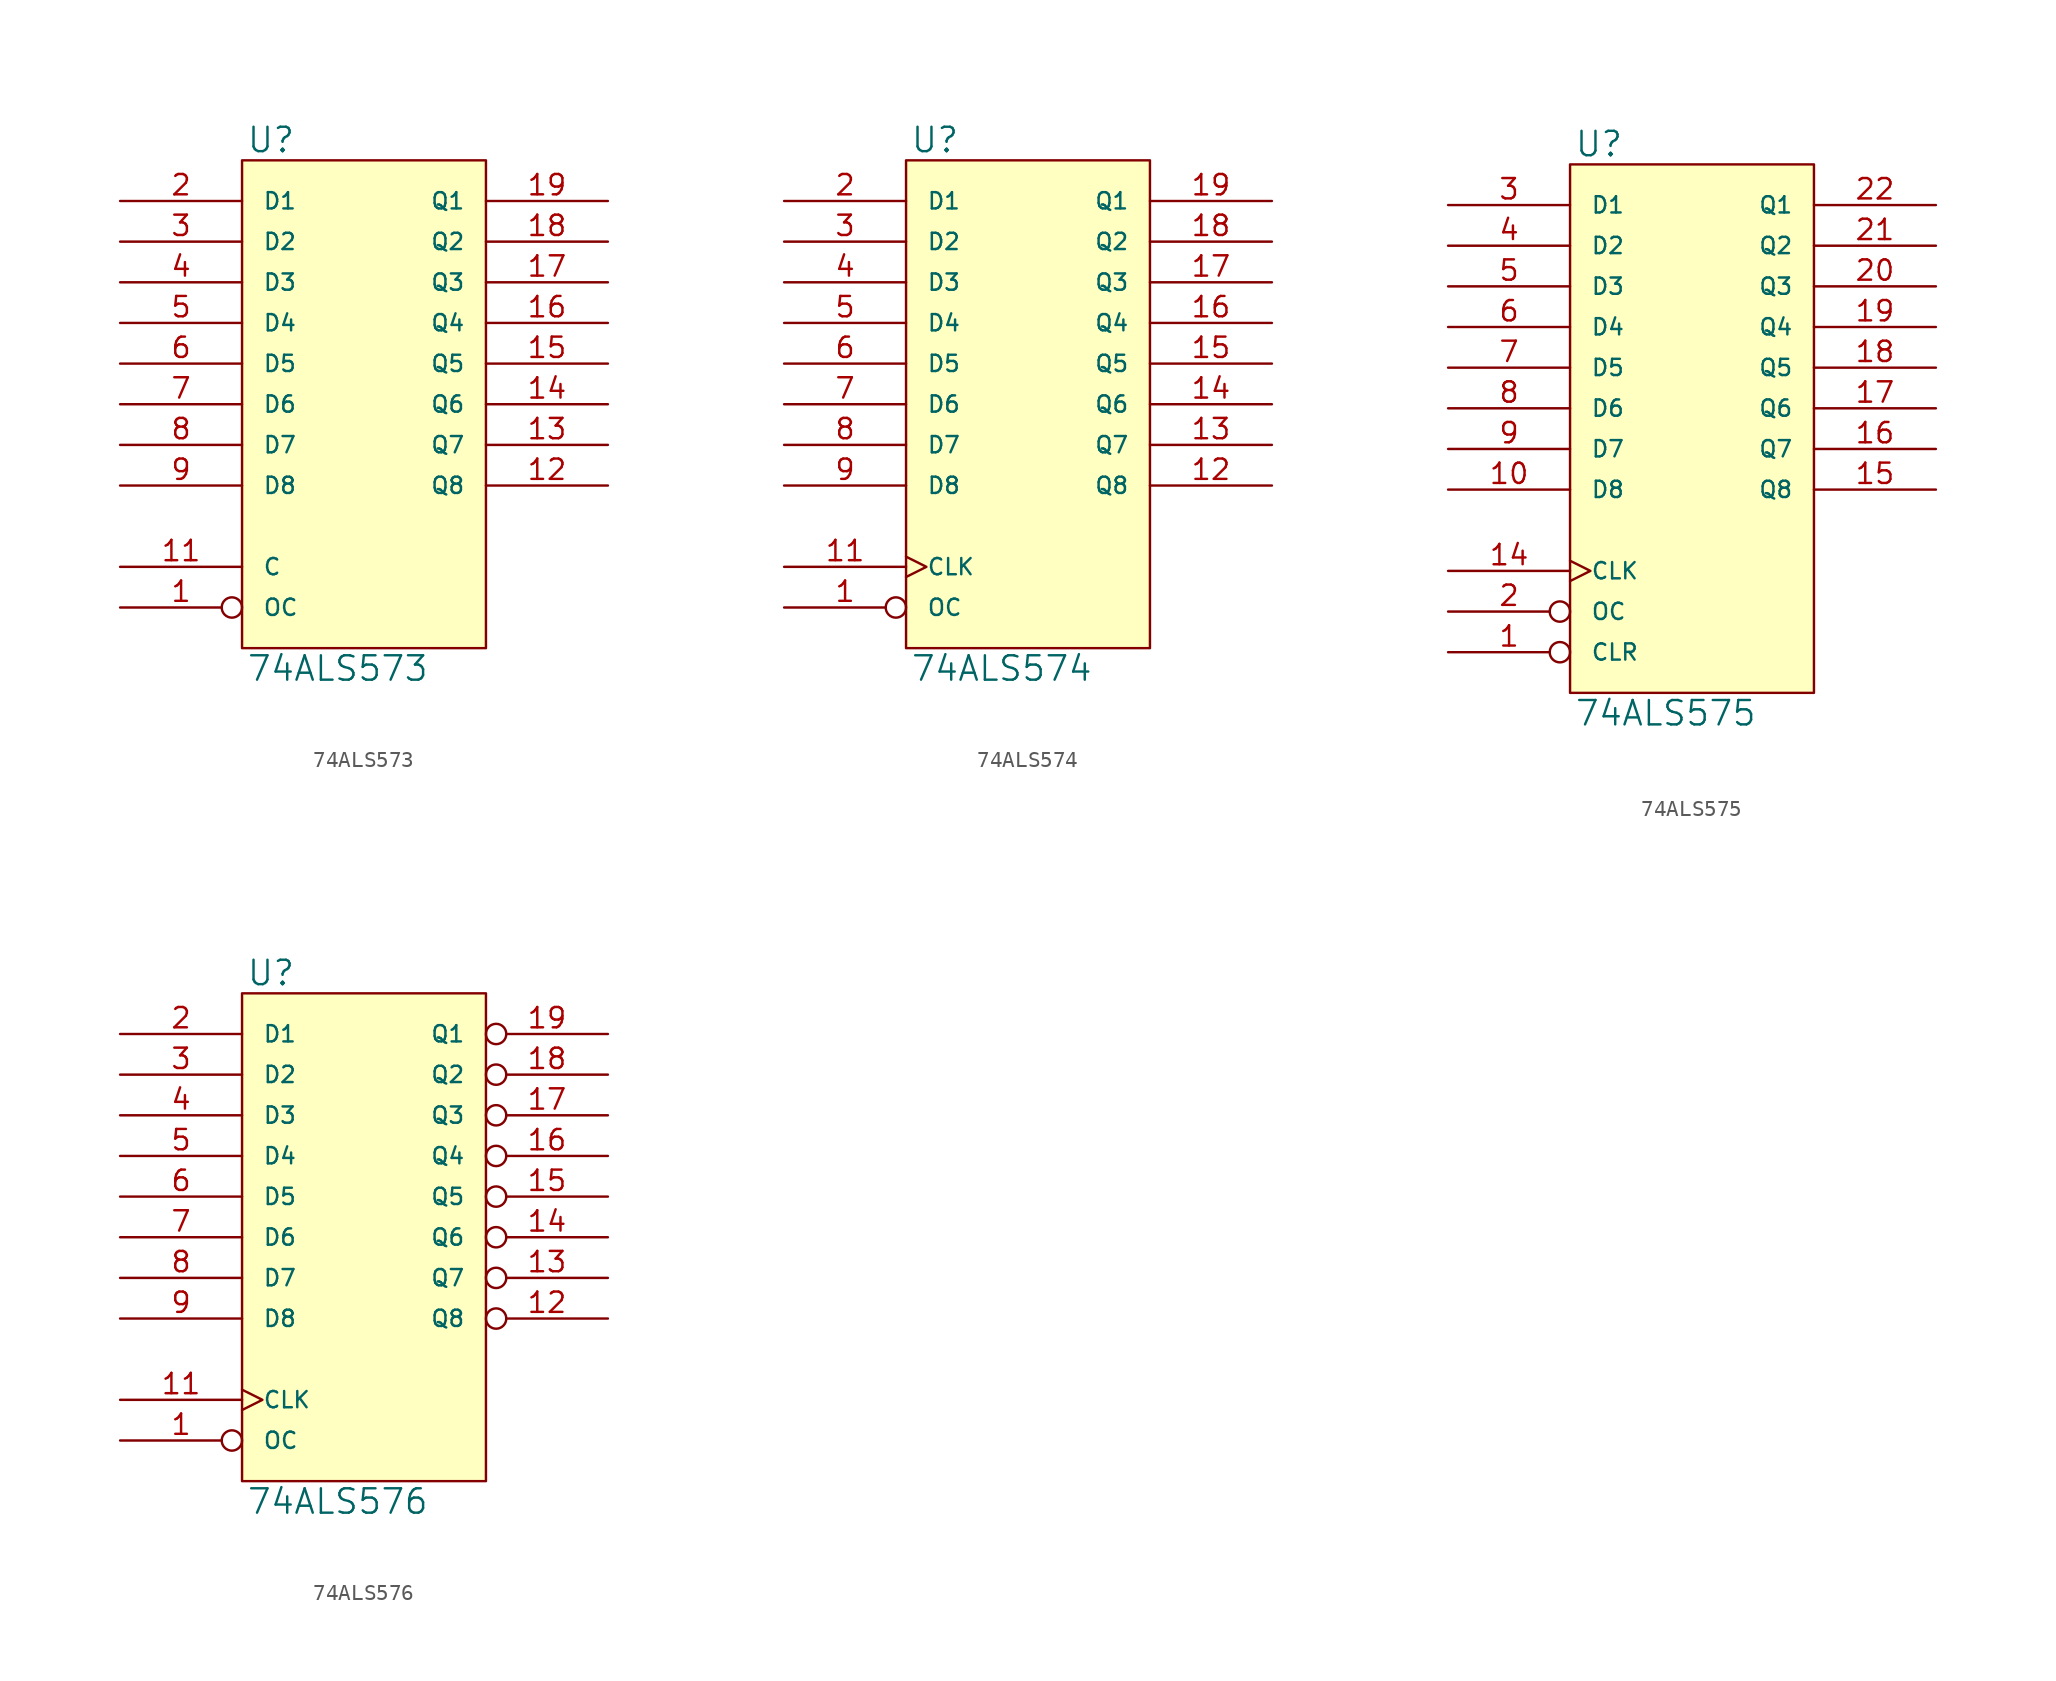
<source format=kicad_sym>
(kicad_symbol_lib
  (version 20231120)
  (generator "kicad_symbol_editor")
  (generator_version "8.0")
  (symbol "74ALS573"
    (pin_names
      (offset 1.27))
    (property "Reference" "U"
      (at 0.254 0.381 0)
      (effects (font (size 1.524 1.524)) (justify left bottom)))
    (property "Value" "74ALS573"
      (at 0.254 -30.861 0)
      (effects (font (size 1.524 1.524)) (justify left top)))
    (symbol "74ALS573_0_1"
      (rectangle (start 0 0) (end 15.24 -30.48) (stroke (width 0) (type solid)) (fill (type background))))
    (symbol "74ALS573_1_1"
      (pin input inverted (at -7.62 -27.94 0) (length 7.62) (name "OC" (effects (font (size 1.016 1.016)))) (number "1" (effects (font (size 1.27 1.27)))))
      (pin power_in line (at 0 -30.48 90) (length 0) hide (name "GND" (effects (font (size 1.016 1.016)))) (number "10" (effects (font (size 1.27 1.27)))))
      (pin input line (at -7.62 -25.4 0) (length 7.62) (name "C" (effects (font (size 1.016 1.016)))) (number "11" (effects (font (size 1.27 1.27)))))
      (pin tri_state line (at 22.86 -20.32 180) (length 7.62) (name "Q8" (effects (font (size 1.016 1.016)))) (number "12" (effects (font (size 1.27 1.27)))))
      (pin tri_state line (at 22.86 -17.78 180) (length 7.62) (name "Q7" (effects (font (size 1.016 1.016)))) (number "13" (effects (font (size 1.27 1.27)))))
      (pin tri_state line (at 22.86 -15.24 180) (length 7.62) (name "Q6" (effects (font (size 1.016 1.016)))) (number "14" (effects (font (size 1.27 1.27)))))
      (pin tri_state line (at 22.86 -12.7 180) (length 7.62) (name "Q5" (effects (font (size 1.016 1.016)))) (number "15" (effects (font (size 1.27 1.27)))))
      (pin tri_state line (at 22.86 -10.16 180) (length 7.62) (name "Q4" (effects (font (size 1.016 1.016)))) (number "16" (effects (font (size 1.27 1.27)))))
      (pin tri_state line (at 22.86 -7.62 180) (length 7.62) (name "Q3" (effects (font (size 1.016 1.016)))) (number "17" (effects (font (size 1.27 1.27)))))
      (pin tri_state line (at 22.86 -5.08 180) (length 7.62) (name "Q2" (effects (font (size 1.016 1.016)))) (number "18" (effects (font (size 1.27 1.27)))))
      (pin tri_state line (at 22.86 -2.54 180) (length 7.62) (name "Q1" (effects (font (size 1.016 1.016)))) (number "19" (effects (font (size 1.27 1.27)))))
      (pin input line (at -7.62 -2.54 0) (length 7.62) (name "D1" (effects (font (size 1.016 1.016)))) (number "2" (effects (font (size 1.27 1.27)))))
      (pin power_in line (at 0 0 270) (length 0) hide (name "VCC" (effects (font (size 1.016 1.016)))) (number "20" (effects (font (size 1.27 1.27)))))
      (pin input line (at -7.62 -5.08 0) (length 7.62) (name "D2" (effects (font (size 1.016 1.016)))) (number "3" (effects (font (size 1.27 1.27)))))
      (pin input line (at -7.62 -7.62 0) (length 7.62) (name "D3" (effects (font (size 1.016 1.016)))) (number "4" (effects (font (size 1.27 1.27)))))
      (pin input line (at -7.62 -10.16 0) (length 7.62) (name "D4" (effects (font (size 1.016 1.016)))) (number "5" (effects (font (size 1.27 1.27)))))
      (pin input line (at -7.62 -12.7 0) (length 7.62) (name "D5" (effects (font (size 1.016 1.016)))) (number "6" (effects (font (size 1.27 1.27)))))
      (pin input line (at -7.62 -15.24 0) (length 7.62) (name "D6" (effects (font (size 1.016 1.016)))) (number "7" (effects (font (size 1.27 1.27)))))
      (pin input line (at -7.62 -17.78 0) (length 7.62) (name "D7" (effects (font (size 1.016 1.016)))) (number "8" (effects (font (size 1.27 1.27)))))
      (pin input line (at -7.62 -20.32 0) (length 7.62) (name "D8" (effects (font (size 1.016 1.016)))) (number "9" (effects (font (size 1.27 1.27)))))))
  (symbol "74ALS574"
    (pin_names
      (offset 1.27))
    (property "Reference" "U"
      (at 0.254 0.381 0)
      (effects (font (size 1.524 1.524)) (justify left bottom)))
    (property "Value" "74ALS574"
      (at 0.254 -30.861 0)
      (effects (font (size 1.524 1.524)) (justify left top)))
    (symbol "74ALS574_0_1"
      (rectangle (start 0 0) (end 15.24 -30.48) (stroke (width 0) (type solid)) (fill (type background))))
    (symbol "74ALS574_1_1"
      (pin input inverted (at -7.62 -27.94 0) (length 7.62) (name "OC" (effects (font (size 1.016 1.016)))) (number "1" (effects (font (size 1.27 1.27)))))
      (pin power_in line (at 0 -30.48 90) (length 0) hide (name "GND" (effects (font (size 1.016 1.016)))) (number "10" (effects (font (size 1.27 1.27)))))
      (pin input clock (at -7.62 -25.4 0) (length 7.62) (name "CLK" (effects (font (size 1.016 1.016)))) (number "11" (effects (font (size 1.27 1.27)))))
      (pin tri_state line (at 22.86 -20.32 180) (length 7.62) (name "Q8" (effects (font (size 1.016 1.016)))) (number "12" (effects (font (size 1.27 1.27)))))
      (pin tri_state line (at 22.86 -17.78 180) (length 7.62) (name "Q7" (effects (font (size 1.016 1.016)))) (number "13" (effects (font (size 1.27 1.27)))))
      (pin tri_state line (at 22.86 -15.24 180) (length 7.62) (name "Q6" (effects (font (size 1.016 1.016)))) (number "14" (effects (font (size 1.27 1.27)))))
      (pin tri_state line (at 22.86 -12.7 180) (length 7.62) (name "Q5" (effects (font (size 1.016 1.016)))) (number "15" (effects (font (size 1.27 1.27)))))
      (pin tri_state line (at 22.86 -10.16 180) (length 7.62) (name "Q4" (effects (font (size 1.016 1.016)))) (number "16" (effects (font (size 1.27 1.27)))))
      (pin tri_state line (at 22.86 -7.62 180) (length 7.62) (name "Q3" (effects (font (size 1.016 1.016)))) (number "17" (effects (font (size 1.27 1.27)))))
      (pin tri_state line (at 22.86 -5.08 180) (length 7.62) (name "Q2" (effects (font (size 1.016 1.016)))) (number "18" (effects (font (size 1.27 1.27)))))
      (pin tri_state line (at 22.86 -2.54 180) (length 7.62) (name "Q1" (effects (font (size 1.016 1.016)))) (number "19" (effects (font (size 1.27 1.27)))))
      (pin input line (at -7.62 -2.54 0) (length 7.62) (name "D1" (effects (font (size 1.016 1.016)))) (number "2" (effects (font (size 1.27 1.27)))))
      (pin power_in line (at 0 0 270) (length 0) hide (name "VCC" (effects (font (size 1.016 1.016)))) (number "20" (effects (font (size 1.27 1.27)))))
      (pin input line (at -7.62 -5.08 0) (length 7.62) (name "D2" (effects (font (size 1.016 1.016)))) (number "3" (effects (font (size 1.27 1.27)))))
      (pin input line (at -7.62 -7.62 0) (length 7.62) (name "D3" (effects (font (size 1.016 1.016)))) (number "4" (effects (font (size 1.27 1.27)))))
      (pin input line (at -7.62 -10.16 0) (length 7.62) (name "D4" (effects (font (size 1.016 1.016)))) (number "5" (effects (font (size 1.27 1.27)))))
      (pin input line (at -7.62 -12.7 0) (length 7.62) (name "D5" (effects (font (size 1.016 1.016)))) (number "6" (effects (font (size 1.27 1.27)))))
      (pin input line (at -7.62 -15.24 0) (length 7.62) (name "D6" (effects (font (size 1.016 1.016)))) (number "7" (effects (font (size 1.27 1.27)))))
      (pin input line (at -7.62 -17.78 0) (length 7.62) (name "D7" (effects (font (size 1.016 1.016)))) (number "8" (effects (font (size 1.27 1.27)))))
      (pin input line (at -7.62 -20.32 0) (length 7.62) (name "D8" (effects (font (size 1.016 1.016)))) (number "9" (effects (font (size 1.27 1.27)))))))
  (symbol "74ALS575"
    (pin_names
      (offset 1.27))
    (property "Reference" "U"
      (at 0.254 0.381 0)
      (effects (font (size 1.524 1.524)) (justify left bottom)))
    (property "Value" "74ALS575"
      (at 0.254 -33.401 0)
      (effects (font (size 1.524 1.524)) (justify left top)))
    (symbol "74ALS575_0_1"
      (rectangle (start 0 0) (end 15.24 -33.02) (stroke (width 0) (type solid)) (fill (type background))))
    (symbol "74ALS575_1_1"
      (pin input inverted (at -7.62 -30.48 0) (length 7.62) (name "CLR" (effects (font (size 1.016 1.016)))) (number "1" (effects (font (size 1.27 1.27)))))
      (pin input line (at -7.62 -20.32 0) (length 7.62) (name "D8" (effects (font (size 1.016 1.016)))) (number "10" (effects (font (size 1.27 1.27)))))
      (pin power_in line (at 0 -33.02 90) (length 0) hide (name "GND" (effects (font (size 1.016 1.016)))) (number "12" (effects (font (size 1.27 1.27)))))
      (pin input clock (at -7.62 -25.4 0) (length 7.62) (name "CLK" (effects (font (size 1.016 1.016)))) (number "14" (effects (font (size 1.27 1.27)))))
      (pin tri_state line (at 22.86 -20.32 180) (length 7.62) (name "Q8" (effects (font (size 1.016 1.016)))) (number "15" (effects (font (size 1.27 1.27)))))
      (pin tri_state line (at 22.86 -17.78 180) (length 7.62) (name "Q7" (effects (font (size 1.016 1.016)))) (number "16" (effects (font (size 1.27 1.27)))))
      (pin tri_state line (at 22.86 -15.24 180) (length 7.62) (name "Q6" (effects (font (size 1.016 1.016)))) (number "17" (effects (font (size 1.27 1.27)))))
      (pin tri_state line (at 22.86 -12.7 180) (length 7.62) (name "Q5" (effects (font (size 1.016 1.016)))) (number "18" (effects (font (size 1.27 1.27)))))
      (pin tri_state line (at 22.86 -10.16 180) (length 7.62) (name "Q4" (effects (font (size 1.016 1.016)))) (number "19" (effects (font (size 1.27 1.27)))))
      (pin input inverted (at -7.62 -27.94 0) (length 7.62) (name "OC" (effects (font (size 1.016 1.016)))) (number "2" (effects (font (size 1.27 1.27)))))
      (pin tri_state line (at 22.86 -7.62 180) (length 7.62) (name "Q3" (effects (font (size 1.016 1.016)))) (number "20" (effects (font (size 1.27 1.27)))))
      (pin tri_state line (at 22.86 -5.08 180) (length 7.62) (name "Q2" (effects (font (size 1.016 1.016)))) (number "21" (effects (font (size 1.27 1.27)))))
      (pin tri_state line (at 22.86 -2.54 180) (length 7.62) (name "Q1" (effects (font (size 1.016 1.016)))) (number "22" (effects (font (size 1.27 1.27)))))
      (pin power_in line (at 0 0 270) (length 0) hide (name "VCC" (effects (font (size 1.016 1.016)))) (number "24" (effects (font (size 1.27 1.27)))))
      (pin input line (at -7.62 -2.54 0) (length 7.62) (name "D1" (effects (font (size 1.016 1.016)))) (number "3" (effects (font (size 1.27 1.27)))))
      (pin input line (at -7.62 -5.08 0) (length 7.62) (name "D2" (effects (font (size 1.016 1.016)))) (number "4" (effects (font (size 1.27 1.27)))))
      (pin input line (at -7.62 -7.62 0) (length 7.62) (name "D3" (effects (font (size 1.016 1.016)))) (number "5" (effects (font (size 1.27 1.27)))))
      (pin input line (at -7.62 -10.16 0) (length 7.62) (name "D4" (effects (font (size 1.016 1.016)))) (number "6" (effects (font (size 1.27 1.27)))))
      (pin input line (at -7.62 -12.7 0) (length 7.62) (name "D5" (effects (font (size 1.016 1.016)))) (number "7" (effects (font (size 1.27 1.27)))))
      (pin input line (at -7.62 -15.24 0) (length 7.62) (name "D6" (effects (font (size 1.016 1.016)))) (number "8" (effects (font (size 1.27 1.27)))))
      (pin input line (at -7.62 -17.78 0) (length 7.62) (name "D7" (effects (font (size 1.016 1.016)))) (number "9" (effects (font (size 1.27 1.27)))))))
  (symbol "74ALS576"
    (pin_names
      (offset 1.27))
    (property "Reference" "U"
      (at 0.254 0.381 0)
      (effects (font (size 1.524 1.524)) (justify left bottom)))
    (property "Value" "74ALS576"
      (at 0.254 -30.861 0)
      (effects (font (size 1.524 1.524)) (justify left top)))
    (symbol "74ALS576_0_1"
      (rectangle (start 0 0) (end 15.24 -30.48) (stroke (width 0) (type solid)) (fill (type background))))
    (symbol "74ALS576_1_1"
      (pin input inverted (at -7.62 -27.94 0) (length 7.62) (name "OC" (effects (font (size 1.016 1.016)))) (number "1" (effects (font (size 1.27 1.27)))))
      (pin power_in line (at 0 -30.48 90) (length 0) hide (name "GND" (effects (font (size 1.016 1.016)))) (number "10" (effects (font (size 1.27 1.27)))))
      (pin input clock (at -7.62 -25.4 0) (length 7.62) (name "CLK" (effects (font (size 1.016 1.016)))) (number "11" (effects (font (size 1.27 1.27)))))
      (pin tri_state inverted (at 22.86 -20.32 180) (length 7.62) (name "Q8" (effects (font (size 1.016 1.016)))) (number "12" (effects (font (size 1.27 1.27)))))
      (pin tri_state inverted (at 22.86 -17.78 180) (length 7.62) (name "Q7" (effects (font (size 1.016 1.016)))) (number "13" (effects (font (size 1.27 1.27)))))
      (pin tri_state inverted (at 22.86 -15.24 180) (length 7.62) (name "Q6" (effects (font (size 1.016 1.016)))) (number "14" (effects (font (size 1.27 1.27)))))
      (pin tri_state inverted (at 22.86 -12.7 180) (length 7.62) (name "Q5" (effects (font (size 1.016 1.016)))) (number "15" (effects (font (size 1.27 1.27)))))
      (pin tri_state inverted (at 22.86 -10.16 180) (length 7.62) (name "Q4" (effects (font (size 1.016 1.016)))) (number "16" (effects (font (size 1.27 1.27)))))
      (pin tri_state inverted (at 22.86 -7.62 180) (length 7.62) (name "Q3" (effects (font (size 1.016 1.016)))) (number "17" (effects (font (size 1.27 1.27)))))
      (pin tri_state inverted (at 22.86 -5.08 180) (length 7.62) (name "Q2" (effects (font (size 1.016 1.016)))) (number "18" (effects (font (size 1.27 1.27)))))
      (pin tri_state inverted (at 22.86 -2.54 180) (length 7.62) (name "Q1" (effects (font (size 1.016 1.016)))) (number "19" (effects (font (size 1.27 1.27)))))
      (pin input line (at -7.62 -2.54 0) (length 7.62) (name "D1" (effects (font (size 1.016 1.016)))) (number "2" (effects (font (size 1.27 1.27)))))
      (pin power_in line (at 0 0 270) (length 0) hide (name "VCC" (effects (font (size 1.016 1.016)))) (number "20" (effects (font (size 1.27 1.27)))))
      (pin input line (at -7.62 -5.08 0) (length 7.62) (name "D2" (effects (font (size 1.016 1.016)))) (number "3" (effects (font (size 1.27 1.27)))))
      (pin input line (at -7.62 -7.62 0) (length 7.62) (name "D3" (effects (font (size 1.016 1.016)))) (number "4" (effects (font (size 1.27 1.27)))))
      (pin input line (at -7.62 -10.16 0) (length 7.62) (name "D4" (effects (font (size 1.016 1.016)))) (number "5" (effects (font (size 1.27 1.27)))))
      (pin input line (at -7.62 -12.7 0) (length 7.62) (name "D5" (effects (font (size 1.016 1.016)))) (number "6" (effects (font (size 1.27 1.27)))))
      (pin input line (at -7.62 -15.24 0) (length 7.62) (name "D6" (effects (font (size 1.016 1.016)))) (number "7" (effects (font (size 1.27 1.27)))))
      (pin input line (at -7.62 -17.78 0) (length 7.62) (name "D7" (effects (font (size 1.016 1.016)))) (number "8" (effects (font (size 1.27 1.27)))))
      (pin input line (at -7.62 -20.32 0) (length 7.62) (name "D8" (effects (font (size 1.016 1.016)))) (number "9" (effects (font (size 1.27 1.27))))))))
</source>
